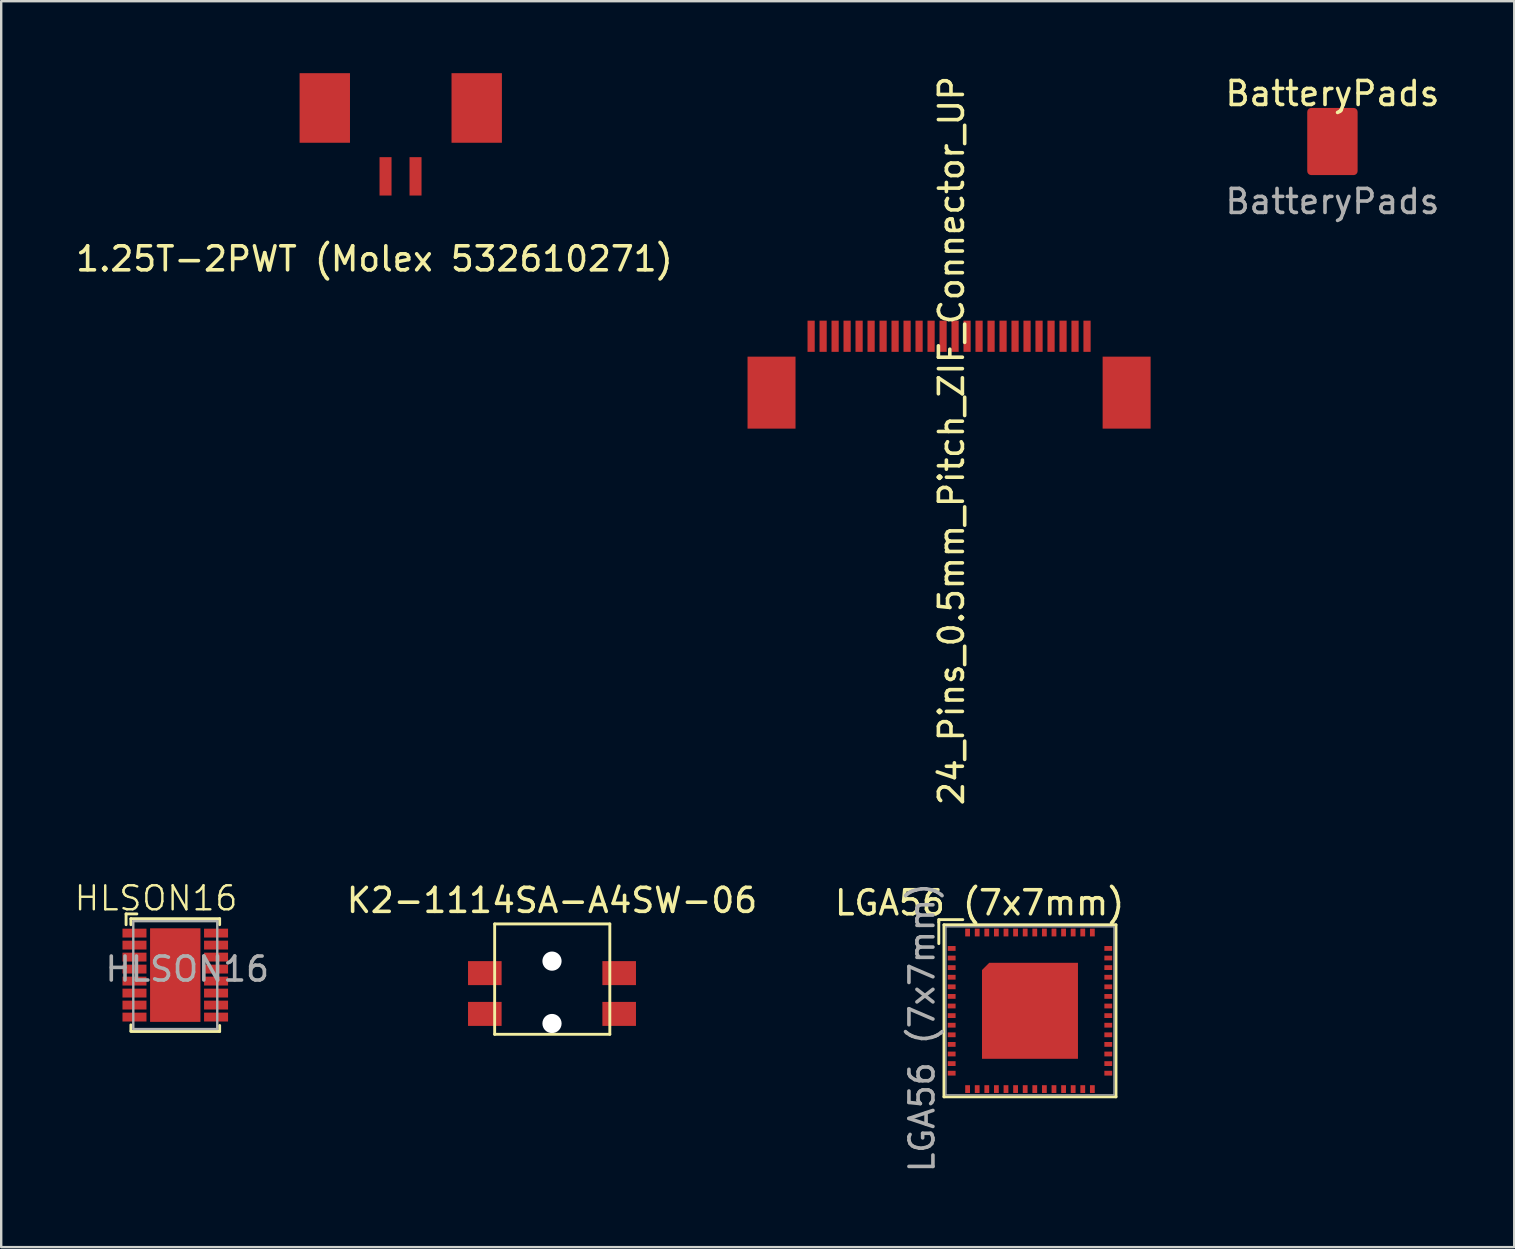
<source format=kicad_pcb>
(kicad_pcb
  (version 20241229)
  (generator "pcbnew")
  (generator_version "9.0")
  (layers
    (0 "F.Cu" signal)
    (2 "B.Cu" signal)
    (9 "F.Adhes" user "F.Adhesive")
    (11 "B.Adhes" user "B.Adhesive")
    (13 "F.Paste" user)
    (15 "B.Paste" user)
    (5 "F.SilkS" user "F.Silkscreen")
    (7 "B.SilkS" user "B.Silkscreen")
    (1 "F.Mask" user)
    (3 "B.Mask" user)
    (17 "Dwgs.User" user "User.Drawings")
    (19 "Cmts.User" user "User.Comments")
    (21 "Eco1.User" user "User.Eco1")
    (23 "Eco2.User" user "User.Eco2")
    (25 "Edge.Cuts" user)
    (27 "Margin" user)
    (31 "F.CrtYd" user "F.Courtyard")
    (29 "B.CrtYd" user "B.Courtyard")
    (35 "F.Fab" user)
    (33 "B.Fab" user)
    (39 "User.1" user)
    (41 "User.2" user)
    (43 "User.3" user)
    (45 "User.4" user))
  (footprint "1.25T-2PWT (Molex 532610271)"
    (layer "F.Cu")
    (at 13.644 1.4)
    (property "Reference" "1.25T-2PWT (Molex 532610271)" (at -1.09 6.34 0) (layer "F.SilkS") (effects (font (size 1 1) (thickness 0.15))))
    (attr through_hole)
    (pad "" smd rect (at -3.157 0.05) (size 2.1 2.9) (layers "F.Cu" "F.Mask" "F.Paste"))
    (pad "" smd rect (at 3.175 0.05) (size 2.1 2.9) (layers "F.Cu" "F.Mask" "F.Paste"))
    (pad "1" smd rect (at -0.625 2.9) (size 0.5 1.6) (layers "F.Cu" "F.Mask" "F.Paste"))
    (pad "2" smd rect (at 0.625 2.9) (size 0.5 1.6) (layers "F.Cu" "F.Mask" "F.Paste")))
  (footprint "K2-1114SA-A4SW-06"
    (layer "F.Cu")
    (at 19.957 38.309)
    (property "Reference" "K2-1114SA-A4SW-06" (at 0 -3.83 0) (layer "F.SilkS") (effects (font (size 1 1) (thickness 0.15))))
    (attr smd)
    (fp_line (start -2.39 -2.85) (end 2.41 -2.85) (stroke (width 0.12) (type solid)) (layer "F.SilkS"))
    (fp_line (start -2.39 1.75) (end -2.39 -2.85) (stroke (width 0.12) (type solid)) (layer "F.SilkS"))
    (fp_line (start 2.41 -2.85) (end 2.41 1.75) (stroke (width 0.12) (type solid)) (layer "F.SilkS"))
    (fp_line (start 2.41 1.75) (end -2.39 1.75) (stroke (width 0.12) (type solid)) (layer "F.SilkS"))
    (pad "" np_thru_hole circle (at 0 -1.3) (size 0.8 0.8) (drill 0.8) (layers "*.Cu" "*.Mask"))
    (pad "" np_thru_hole circle (at 0 1.3) (size 0.8 0.8) (drill 0.8) (layers "*.Cu" "*.Mask"))
    (pad "1" smd rect (at -2.8 -0.8) (size 1.4 1) (layers "F.Cu" "F.Mask" "F.Paste"))
    (pad "1" smd rect (at 2.8 -0.8) (size 1.4 1) (layers "F.Cu" "F.Mask" "F.Paste"))
    (pad "2" smd rect (at -2.8 0.9) (size 1.4 1) (layers "F.Cu" "F.Mask" "F.Paste"))
    (pad "2" smd rect (at 2.8 0.9) (size 1.4 1) (layers "F.Cu" "F.Mask" "F.Paste")))
  (footprint "24_Pins_0.5mm_Pitch_ZIF_Connector_UP"
    (layer "F.Cu")
    (at 36.507 13.315)
    (property "Reference" "24_Pins_0.5mm_Pitch_ZIF_Connector_UP" (at 0.1 2 270) (layer "F.SilkS") (effects (font (size 1 1) (thickness 0.15))))
    (attr smd)
    (pad "1" smd rect (at 5.75 -2.35) (size 0.3 1.3) (layers "F.Cu" "F.Mask" "F.Paste"))
    (pad "2" smd rect (at 5.25 -2.35) (size 0.3 1.3) (layers "F.Cu" "F.Mask" "F.Paste"))
    (pad "3" smd rect (at 4.75 -2.35) (size 0.3 1.3) (layers "F.Cu" "F.Mask" "F.Paste"))
    (pad "4" smd rect (at 4.25 -2.35) (size 0.3 1.3) (layers "F.Cu" "F.Mask" "F.Paste"))
    (pad "5" smd rect (at 3.75 -2.35) (size 0.3 1.3) (layers "F.Cu" "F.Mask" "F.Paste"))
    (pad "6" smd rect (at 3.25 -2.35) (size 0.3 1.3) (layers "F.Cu" "F.Mask" "F.Paste"))
    (pad "7" smd rect (at 2.75 -2.35) (size 0.3 1.3) (layers "F.Cu" "F.Mask" "F.Paste"))
    (pad "8" smd rect (at -7.4 0) (size 2 3) (layers "F.Cu" "F.Mask" "F.Paste"))
    (pad "8" smd rect (at 2.25 -2.35) (size 0.3 1.3) (layers "F.Cu" "F.Mask" "F.Paste"))
    (pad "8" smd rect (at 7.4 0) (size 2 3) (layers "F.Cu" "F.Mask" "F.Paste"))
    (pad "9" smd rect (at 1.75 -2.35) (size 0.3 1.3) (layers "F.Cu" "F.Mask" "F.Paste"))
    (pad "10" smd rect (at 1.25 -2.35) (size 0.3 1.3) (layers "F.Cu" "F.Mask" "F.Paste"))
    (pad "11" smd rect (at 0.75 -2.35) (size 0.3 1.3) (layers "F.Cu" "F.Mask" "F.Paste"))
    (pad "12" smd rect (at 0.25 -2.35) (size 0.3 1.3) (layers "F.Cu" "F.Mask" "F.Paste"))
    (pad "13" smd rect (at -0.25 -2.35) (size 0.3 1.3) (layers "F.Cu" "F.Mask" "F.Paste"))
    (pad "14" smd rect (at -0.75 -2.35) (size 0.3 1.3) (layers "F.Cu" "F.Mask" "F.Paste"))
    (pad "15" smd rect (at -1.25 -2.35) (size 0.3 1.3) (layers "F.Cu" "F.Mask" "F.Paste"))
    (pad "16" smd rect (at -1.75 -2.35) (size 0.3 1.3) (layers "F.Cu" "F.Mask" "F.Paste"))
    (pad "17" smd rect (at -2.25 -2.35) (size 0.3 1.3) (layers "F.Cu" "F.Mask" "F.Paste"))
    (pad "18" smd rect (at -2.75 -2.35) (size 0.3 1.3) (layers "F.Cu" "F.Mask" "F.Paste"))
    (pad "19" smd rect (at -3.25 -2.35) (size 0.3 1.3) (layers "F.Cu" "F.Mask" "F.Paste"))
    (pad "20" smd rect (at -3.75 -2.35) (size 0.3 1.3) (layers "F.Cu" "F.Mask" "F.Paste"))
    (pad "21" smd rect (at -4.25 -2.35) (size 0.3 1.3) (layers "F.Cu" "F.Mask" "F.Paste"))
    (pad "22" smd rect (at -4.75 -2.35) (size 0.3 1.3) (layers "F.Cu" "F.Mask" "F.Paste"))
    (pad "23" smd rect (at -5.25 -2.35) (size 0.3 1.3) (layers "F.Cu" "F.Mask" "F.Paste"))
    (pad "24" smd rect (at -5.75 -2.35) (size 0.3 1.3) (layers "F.Cu" "F.Mask" "F.Paste")))
  (footprint "LGA56 (7x7mm)"
    (layer "F.Cu")
    (at 39.879 39.08)
    (property "Reference" "LGA56 (7x7mm)" (at -2.1 -4.5 0) (unlocked yes) (layer "F.SilkS") (effects (font (size 1 1) (thickness 0.15))))
    (attr smd)
    (fp_line (start -3.8 -3.8) (end -2.8 -3.8) (stroke (width 0.12) (type default)) (layer "F.SilkS"))
    (fp_line (start -3.8 -3.7) (end -3.8 -3.8) (stroke (width 0.12) (type default)) (layer "F.SilkS"))
    (fp_line (start -3.8 -2.8) (end -3.8 -3.7) (stroke (width 0.12) (type default)) (layer "F.SilkS"))
    (fp_line (start -3.585 -3.585) (end -3.585 3.585) (stroke (width 0.12) (type default)) (layer "F.SilkS"))
    (fp_line (start -3.585 -3.585) (end 3.585 -3.585) (stroke (width 0.12) (type default)) (layer "F.SilkS"))
    (fp_line (start -3.585 3.585) (end 3.585 3.585) (stroke (width 0.12) (type default)) (layer "F.SilkS"))
    (fp_line (start 3.585 -3.585) (end 3.585 3.585) (stroke (width 0.12) (type default)) (layer "F.SilkS"))
    (fp_line (start -3.5 -3.5) (end -3.5 3.5) (stroke (width 0.05) (type default)) (layer "F.Fab"))
    (fp_line (start -3.5 3.5) (end 3.5 3.5) (stroke (width 0.05) (type default)) (layer "F.Fab"))
    (fp_line (start 3.5 -3.5) (end -3.5 -3.5) (stroke (width 0.05) (type default)) (layer "F.Fab"))
    (fp_line (start 3.5 3.5) (end 3.5 -3.5) (stroke (width 0.05) (type default)) (layer "F.Fab"))
    (fp_text user "${REFERENCE}" (at -4.5 0.7 90) (unlocked yes) (layer "F.Fab") (effects (font (size 1 1) (thickness 0.15))))
    (pad "1" smd rect (at -3.263 -2.6) (size 0.325 0.2) (layers "F.Cu" "F.Mask" "F.Paste"))
    (pad "2" smd rect (at -3.263 -2.2) (size 0.325 0.2) (layers "F.Cu" "F.Mask" "F.Paste"))
    (pad "3" smd rect (at -3.263 -1.8) (size 0.325 0.2) (layers "F.Cu" "F.Mask" "F.Paste"))
    (pad "4" smd rect (at -3.263 -1.4) (size 0.325 0.2) (layers "F.Cu" "F.Mask" "F.Paste"))
    (pad "5" smd rect (at -3.263 -1) (size 0.325 0.2) (layers "F.Cu" "F.Mask" "F.Paste"))
    (pad "6" smd rect (at -3.263 -0.6) (size 0.325 0.2) (layers "F.Cu" "F.Mask" "F.Paste"))
    (pad "7" smd rect (at -3.263 -0.2) (size 0.325 0.2) (layers "F.Cu" "F.Mask" "F.Paste"))
    (pad "8" smd rect (at -3.263 0.2) (size 0.325 0.2) (layers "F.Cu" "F.Mask" "F.Paste"))
    (pad "9" smd rect (at -3.263 0.6) (size 0.325 0.2) (layers "F.Cu" "F.Mask" "F.Paste"))
    (pad "10" smd rect (at -3.263 1) (size 0.325 0.2) (layers "F.Cu" "F.Mask" "F.Paste"))
    (pad "11" smd rect (at -3.263 1.4) (size 0.325 0.2) (layers "F.Cu" "F.Mask" "F.Paste"))
    (pad "12" smd rect (at -3.263 1.8) (size 0.325 0.2) (layers "F.Cu" "F.Mask" "F.Paste"))
    (pad "13" smd rect (at -3.263 2.2) (size 0.325 0.2) (layers "F.Cu" "F.Mask" "F.Paste"))
    (pad "14" smd rect (at -3.263 2.6) (size 0.325 0.2) (layers "F.Cu" "F.Mask" "F.Paste"))
    (pad "15" smd rect (at -2.6 3.263 90) (size 0.325 0.2) (layers "F.Cu" "F.Mask" "F.Paste"))
    (pad "16" smd rect (at -2.2 3.263 90) (size 0.325 0.2) (layers "F.Cu" "F.Mask" "F.Paste"))
    (pad "17" smd rect (at -1.8 3.263 90) (size 0.325 0.2) (layers "F.Cu" "F.Mask" "F.Paste"))
    (pad "18" smd rect (at -1.4 3.263 90) (size 0.325 0.2) (layers "F.Cu" "F.Mask" "F.Paste"))
    (pad "19" smd rect (at -1 3.263 90) (size 0.325 0.2) (layers "F.Cu" "F.Mask" "F.Paste"))
    (pad "20" smd rect (at -0.6 3.263 90) (size 0.325 0.2) (layers "F.Cu" "F.Mask" "F.Paste"))
    (pad "21" smd rect (at -0.2 3.263 90) (size 0.325 0.2) (layers "F.Cu" "F.Mask" "F.Paste"))
    (pad "22" smd rect (at 0.2 3.263 90) (size 0.325 0.2) (layers "F.Cu" "F.Mask" "F.Paste"))
    (pad "23" smd rect (at 0.6 3.263 90) (size 0.325 0.2) (layers "F.Cu" "F.Mask" "F.Paste"))
    (pad "24" smd rect (at 1 3.263 90) (size 0.325 0.2) (layers "F.Cu" "F.Mask" "F.Paste"))
    (pad "25" smd rect (at 1.4 3.263 90) (size 0.325 0.2) (layers "F.Cu" "F.Mask" "F.Paste"))
    (pad "26" smd rect (at 1.8 3.263 90) (size 0.325 0.2) (layers "F.Cu" "F.Mask" "F.Paste"))
    (pad "27" smd rect (at 2.2 3.263 90) (size 0.325 0.2) (layers "F.Cu" "F.Mask" "F.Paste"))
    (pad "28" smd rect (at 2.6 3.263 90) (size 0.325 0.2) (layers "F.Cu" "F.Mask" "F.Paste"))
    (pad "29" smd rect (at 3.263 2.6) (size 0.325 0.2) (layers "F.Cu" "F.Mask" "F.Paste"))
    (pad "30" smd rect (at 3.263 2.2) (size 0.325 0.2) (layers "F.Cu" "F.Mask" "F.Paste"))
    (pad "31" smd rect (at 3.263 1.8) (size 0.325 0.2) (layers "F.Cu" "F.Mask" "F.Paste"))
    (pad "32" smd rect (at 3.263 1.4) (size 0.325 0.2) (layers "F.Cu" "F.Mask" "F.Paste"))
    (pad "33" smd rect (at 3.263 1) (size 0.325 0.2) (layers "F.Cu" "F.Mask" "F.Paste"))
    (pad "34" smd rect (at 3.263 0.6) (size 0.325 0.2) (layers "F.Cu" "F.Mask" "F.Paste"))
    (pad "35" smd rect (at 3.263 0.2) (size 0.325 0.2) (layers "F.Cu" "F.Mask" "F.Paste"))
    (pad "36" smd rect (at 3.263 -0.2) (size 0.325 0.2) (layers "F.Cu" "F.Mask" "F.Paste"))
    (pad "37" smd rect (at 3.263 -0.6) (size 0.325 0.2) (layers "F.Cu" "F.Mask" "F.Paste"))
    (pad "38" smd rect (at 3.263 -1) (size 0.325 0.2) (layers "F.Cu" "F.Mask" "F.Paste"))
    (pad "39" smd rect (at 3.263 -1.4) (size 0.325 0.2) (layers "F.Cu" "F.Mask" "F.Paste"))
    (pad "40" smd rect (at 3.263 -1.8) (size 0.325 0.2) (layers "F.Cu" "F.Mask" "F.Paste"))
    (pad "41" smd rect (at 3.263 -2.2) (size 0.325 0.2) (layers "F.Cu" "F.Mask" "F.Paste"))
    (pad "42" smd rect (at 3.263 -2.6) (size 0.325 0.2) (layers "F.Cu" "F.Mask" "F.Paste"))
    (pad "43" smd rect (at 2.6 -3.263 90) (size 0.325 0.2) (layers "F.Cu" "F.Mask" "F.Paste"))
    (pad "44" smd rect (at 2.2 -3.263 90) (size 0.325 0.2) (layers "F.Cu" "F.Mask" "F.Paste"))
    (pad "45" smd rect (at 1.8 -3.263 90) (size 0.325 0.2) (layers "F.Cu" "F.Mask" "F.Paste"))
    (pad "46" smd rect (at 1.4 -3.263 90) (size 0.325 0.2) (layers "F.Cu" "F.Mask" "F.Paste"))
    (pad "47" smd rect (at 1 -3.263 90) (size 0.325 0.2) (layers "F.Cu" "F.Mask" "F.Paste"))
    (pad "48" smd rect (at 0.6 -3.263 90) (size 0.325 0.2) (layers "F.Cu" "F.Mask" "F.Paste"))
    (pad "49" smd rect (at 0.2 -3.263 90) (size 0.325 0.2) (layers "F.Cu" "F.Mask" "F.Paste"))
    (pad "50" smd rect (at -0.2 -3.263 90) (size 0.325 0.2) (layers "F.Cu" "F.Mask" "F.Paste"))
    (pad "51" smd rect (at -0.6 -3.263 90) (size 0.325 0.2) (layers "F.Cu" "F.Mask" "F.Paste"))
    (pad "52" smd rect (at -1 -3.263 90) (size 0.325 0.2) (layers "F.Cu" "F.Mask" "F.Paste"))
    (pad "53" smd rect (at -1.4 -3.263 90) (size 0.325 0.2) (layers "F.Cu" "F.Mask" "F.Paste"))
    (pad "54" smd rect (at -1.8 -3.263 90) (size 0.325 0.2) (layers "F.Cu" "F.Mask" "F.Paste"))
    (pad "55" smd rect (at -2.2 -3.263 90) (size 0.325 0.2) (layers "F.Cu" "F.Mask" "F.Paste"))
    (pad "56" smd rect (at -2.6 -3.263 90) (size 0.325 0.2) (layers "F.Cu" "F.Mask" "F.Paste"))
    (pad "57" smd roundrect (at 0 0) (size 4 4) (layers "F.Cu" "F.Mask" "F.Paste") (roundrect_rratio 0) (chamfer_ratio 0.075) (chamfer top_left)))
  (footprint "HLSON16"
    (layer "F.Cu")
    (at 4.255 37.591)
    (property "Reference" "HLSON16" (at -0.8 -3.2 0) (unlocked yes) (layer "F.SilkS") (effects (font (size 1 1) (thickness 0.1))))
    (attr smd)
    (fp_line (start -2.05 -2.1) (end -2.05 -2.55) (stroke (width 0.12) (type default)) (layer "F.SilkS"))
    (fp_line (start -1.85 -2.35) (end -1.85 -2.1) (stroke (width 0.12) (type default)) (layer "F.SilkS"))
    (fp_line (start -1.85 -2.35) (end 1.85 -2.35) (stroke (width 0.12) (type default)) (layer "F.SilkS"))
    (fp_line (start -1.85 2.075) (end -1.85 2.325) (stroke (width 0.12) (type default)) (layer "F.SilkS"))
    (fp_line (start -1.85 2.35) (end 1.85 2.35) (stroke (width 0.12) (type default)) (layer "F.SilkS"))
    (fp_line (start -1.6 -2.55) (end -2.05 -2.55) (stroke (width 0.12) (type default)) (layer "F.SilkS"))
    (fp_line (start 1.85 -2.35) (end 1.85 -2.1) (stroke (width 0.12) (type default)) (layer "F.SilkS"))
    (fp_line (start 1.85 2.1) (end 1.85 2.35) (stroke (width 0.12) (type default)) (layer "F.SilkS"))
    (fp_rect (start -1.75 -2.25) (end 1.75 2.25) (stroke (width 0.1) (type default)) (fill no) (layer "F.Fab"))
    (fp_text user "${REFERENCE}" (at 0.5 -0.25 0) (unlocked yes) (layer "F.Fab") (effects (font (size 1 1) (thickness 0.15))))
    (pad "1" smd rect (at -1.7 -1.75) (size 1 0.37) (layers "F.Cu" "F.Mask" "F.Paste"))
    (pad "2" smd rect (at -1.7 -1.25) (size 1 0.37) (layers "F.Cu" "F.Mask" "F.Paste"))
    (pad "3" smd rect (at -1.7 -0.75) (size 1 0.37) (layers "F.Cu" "F.Mask" "F.Paste"))
    (pad "4" smd rect (at -1.7 -0.25) (size 1 0.37) (layers "F.Cu" "F.Mask" "F.Paste"))
    (pad "5" smd rect (at -1.7 0.25) (size 1 0.37) (layers "F.Cu" "F.Mask" "F.Paste"))
    (pad "6" smd rect (at -1.7 0.75) (size 1 0.37) (layers "F.Cu" "F.Mask" "F.Paste"))
    (pad "7" smd rect (at -1.7 1.25) (size 1 0.37) (layers "F.Cu" "F.Mask" "F.Paste"))
    (pad "7" smd rect (at 0 0) (size 2.1 3.9) (layers "F.Cu" "F.Mask" "F.Paste"))
    (pad "8" smd rect (at -1.7 1.75) (size 1 0.37) (layers "F.Cu" "F.Mask" "F.Paste"))
    (pad "9" smd rect (at 1.7 1.75) (size 1 0.37) (layers "F.Cu" "F.Mask" "F.Paste"))
    (pad "10" smd rect (at 1.7 1.25) (size 1 0.37) (layers "F.Cu" "F.Mask" "F.Paste"))
    (pad "11" smd rect (at 1.7 0.75) (size 1 0.37) (layers "F.Cu" "F.Mask" "F.Paste"))
    (pad "12" smd rect (at 1.7 0.25) (size 1 0.37) (layers "F.Cu" "F.Mask" "F.Paste"))
    (pad "13" smd rect (at 1.7 -0.25) (size 1 0.37) (layers "F.Cu" "F.Mask" "F.Paste"))
    (pad "14" smd rect (at 1.7 -0.75) (size 1 0.37) (layers "F.Cu" "F.Mask" "F.Paste"))
    (pad "15" smd rect (at 1.7 -1.25) (size 1 0.37) (layers "F.Cu" "F.Mask" "F.Paste"))
    (pad "16" smd rect (at 1.7 -1.75) (size 1 0.37) (layers "F.Cu" "F.Mask" "F.Paste")))
  (footprint "BatteryPads"
    (layer "F.Cu")
    (at 52.485 2.848)
    (property "Reference" "BatteryPads" (at 0 -2 0) (unlocked yes) (layer "F.SilkS") (effects (font (size 1 1) (thickness 0.15))))
    (attr smd)
    (fp_text user "${REFERENCE}" (at 0 2.5 0) (unlocked yes) (layer "F.Fab") (effects (font (size 1 1) (thickness 0.15))))
    (pad "1" smd roundrect (at 0 0) (size 2.1 2.8) (layers "F.Cu" "F.Mask" "F.Paste") (roundrect_rratio 0.08)))
  (gr_rect
    (start -3 -3)
    (end 60.062 48.929)
    (stroke (width 0.1) (type default))
    (fill no)
    (layer "Edge.Cuts")))
</source>
